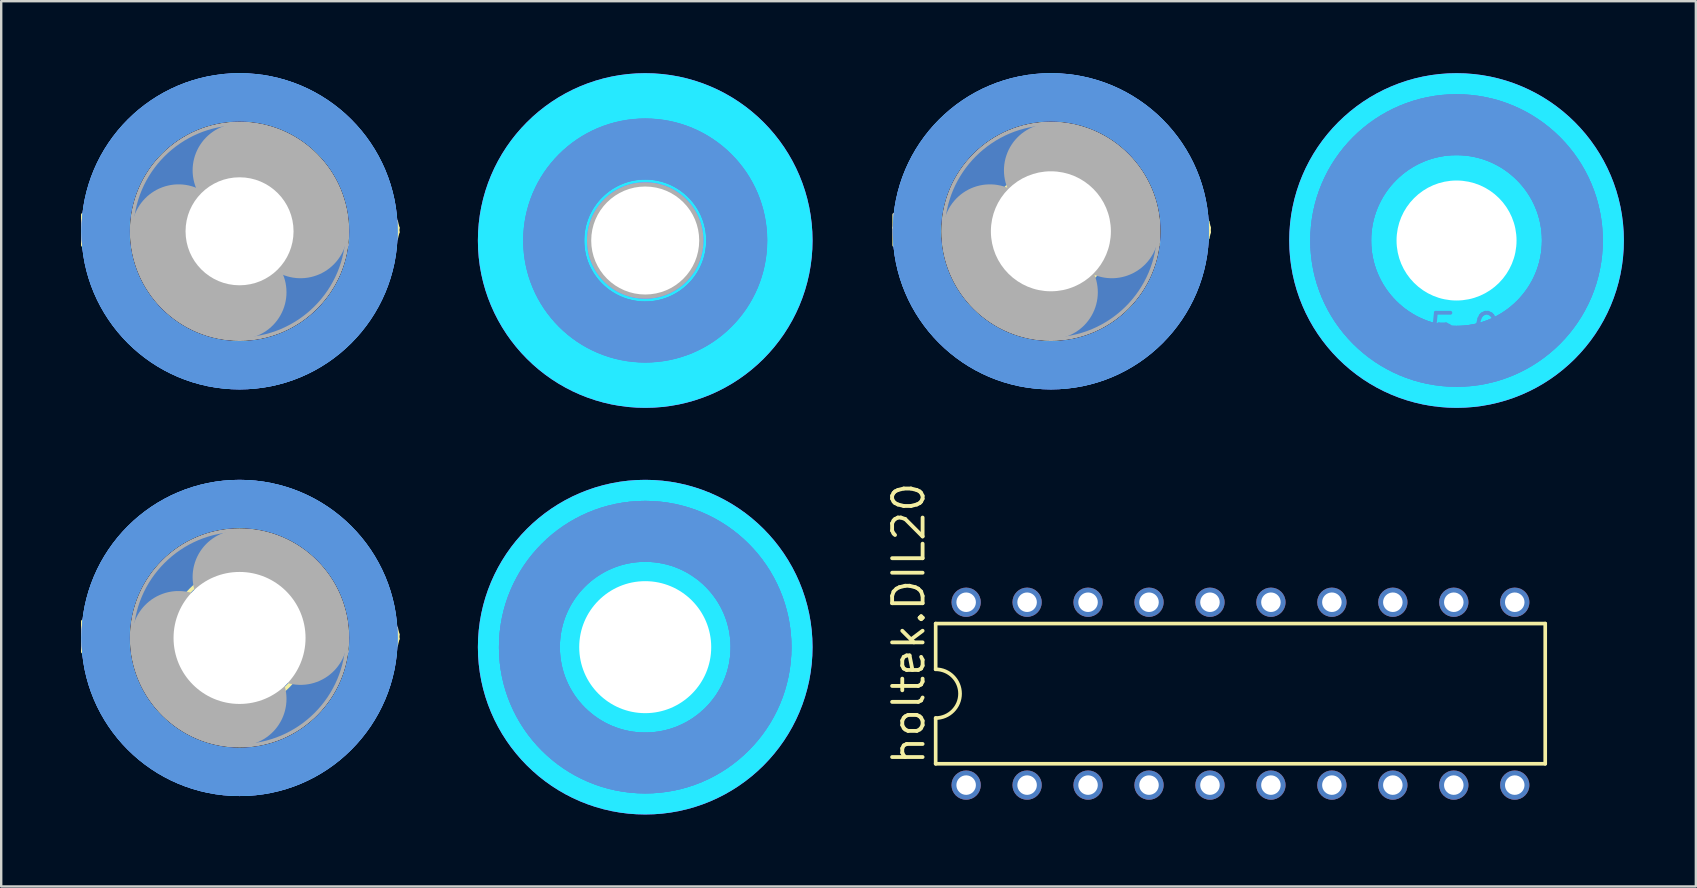
<source format=kicad_pcb>
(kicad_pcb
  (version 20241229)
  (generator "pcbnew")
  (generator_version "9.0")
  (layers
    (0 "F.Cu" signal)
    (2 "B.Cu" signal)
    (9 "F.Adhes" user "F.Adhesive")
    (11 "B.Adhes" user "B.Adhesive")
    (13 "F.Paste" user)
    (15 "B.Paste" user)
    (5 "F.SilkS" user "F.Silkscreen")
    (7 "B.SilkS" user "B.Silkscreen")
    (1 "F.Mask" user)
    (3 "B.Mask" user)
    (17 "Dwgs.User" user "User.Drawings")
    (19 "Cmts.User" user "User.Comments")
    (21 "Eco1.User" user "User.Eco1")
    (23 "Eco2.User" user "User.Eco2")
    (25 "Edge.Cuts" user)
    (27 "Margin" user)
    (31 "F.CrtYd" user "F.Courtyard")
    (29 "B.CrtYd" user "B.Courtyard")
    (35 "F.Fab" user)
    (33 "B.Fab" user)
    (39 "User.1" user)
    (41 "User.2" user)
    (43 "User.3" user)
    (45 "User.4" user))
  (footprint "holes.5_5"
    (layer "F.Cu")
    (at 23.836 23.917)
    (property "Reference" "holes.5_5" (at 0 0 0) (layer "F.SilkS") (effects (font (size 1.27 1.27) (thickness 0.15))))
    (fp_line (start -2.159 0) (end -4.445 0) (stroke (width 0.051) (type default)) (layer "F.SilkS"))
    (fp_line (start 0 -4.445) (end 0 -2.159) (stroke (width 0.051) (type default)) (layer "F.SilkS"))
    (fp_line (start 0 2.159) (end 0 4.445) (stroke (width 0.051) (type default)) (layer "F.SilkS"))
    (fp_line (start 4.445 0) (end 2.159 0) (stroke (width 0.051) (type default)) (layer "F.SilkS"))
    (fp_circle (center 0 0) (end 2.85 0) (stroke (width 0.152) (type default)) (fill no) (layer "F.SilkS"))
    (fp_circle (center 0 0) (end 4.496 0) (stroke (width 0.152) (type default)) (fill no) (layer "F.SilkS"))
    (fp_circle (center 0 0) (end 4.826 0) (stroke (width 2.54) (type default)) (fill no) (layer "Cmts.User"))
    (fp_circle (center 0 0) (end 4.826 0) (stroke (width 2.54) (type default)) (fill no) (layer "Cmts.User"))
    (fp_circle (center 0 0) (end 4.826 0) (stroke (width 2.54) (type default)) (fill no) (layer "Cmts.User"))
    (fp_circle (center 0 0) (end 4.699 0) (stroke (width 4.547) (type default)) (fill no) (layer "B.CrtYd"))
    (fp_circle (center 0 0) (end 4.699 0) (stroke (width 4.547) (type default)) (fill no) (layer "F.CrtYd"))
    (fp_arc (start 0 -2.54) (mid 1.796051 -1.796051) (end 2.54 0) (stroke (width 3.9116) (type default)) (layer "F.Fab"))
    (fp_arc (start 0 2.54) (mid -1.796051 1.796051) (end -2.54 0) (stroke (width 3.9116) (type default)) (layer "F.Fab"))
    (fp_circle (center 0 0) (end 0.762 0) (stroke (width 0.457) (type default)) (fill no) (layer "F.Fab"))
    (pad "" np_thru_hole circle (at 0 0) (size 5.5 5.5) (drill 5.5) (layers "*.Cu" "*.Mask")))
  (footprint "holes.4_5_PAD"
    (layer "F.Cu")
    (at 6.932 6.588)
    (property "Reference" "holes.4_5_PAD" (at 0 0 0) (layer "F.SilkS") (effects (font (size 1.27 1.27) (thickness 0.15))))
    (attr through_hole)
    (fp_circle (center 0 0) (end 2.35 0) (stroke (width 0.152) (type default)) (fill no) (layer "F.SilkS"))
    (fp_circle (center 0 0) (end 5.588 0) (stroke (width 2) (type default)) (fill no) (layer "Cmts.User"))
    (fp_circle (center 0 0) (end 5.588 0) (stroke (width 2) (type default)) (fill no) (layer "B.CrtYd"))
    (fp_circle (center 0 0) (end 5.588 0) (stroke (width 2) (type default)) (fill no) (layer "F.CrtYd"))
    (fp_arc (start 0 -2.54) (mid 1.796051 -1.796051) (end 2.54 0) (stroke (width 3.9116) (type default)) (layer "F.Fab"))
    (fp_arc (start 0 2.54) (mid -1.796051 1.796051) (end -2.54 0) (stroke (width 3.9116) (type default)) (layer "F.Fab"))
    (fp_circle (center 0 0) (end 0.762 0) (stroke (width 0.457) (type default)) (fill no) (layer "F.Fab"))
    (fp_circle (center 0 0) (end 4.496 0) (stroke (width 0.152) (type default)) (fill no) (layer "F.Fab"))
    (pad "B4,5" thru_hole circle (at 0 0) (size 9 9) (drill 4.5) (layers "*.Cu" "*.Mask")))
  (footprint "holes.5_0_PAD"
    (layer "F.Cu")
    (at 40.74 6.588)
    (property "Reference" "holes.5_0_PAD" (at 0 0 0) (layer "F.SilkS") (effects (font (size 1.27 1.27) (thickness 0.15))))
    (attr through_hole)
    (fp_circle (center 0 0) (end 2.6 0) (stroke (width 0.152) (type default)) (fill no) (layer "F.SilkS"))
    (fp_circle (center 0 0) (end 5.588 0) (stroke (width 2) (type default)) (fill no) (layer "Cmts.User"))
    (fp_circle (center 0 0) (end 5.588 0) (stroke (width 2) (type default)) (fill no) (layer "B.CrtYd"))
    (fp_circle (center 0 0) (end 5.588 0) (stroke (width 2) (type default)) (fill no) (layer "F.CrtYd"))
    (fp_arc (start 0 -2.54) (mid 1.796051 -1.796051) (end 2.54 0) (stroke (width 3.9116) (type default)) (layer "F.Fab"))
    (fp_arc (start 0 2.54) (mid -1.796051 1.796051) (end -2.54 0) (stroke (width 3.9116) (type default)) (layer "F.Fab"))
    (fp_circle (center 0 0) (end 0.762 0) (stroke (width 0.457) (type default)) (fill no) (layer "F.Fab"))
    (fp_circle (center 0 0) (end 4.496 0) (stroke (width 0.152) (type default)) (fill no) (layer "F.Fab"))
    (pad "B5" thru_hole circle (at 0 0) (size 9 9) (drill 5) (layers "*.Cu" "*.Mask")))
  (footprint "holes.5_0"
    (layer "F.Cu")
    (at 57.644 6.972)
    (property "Reference" "holes.5_0" (at 0 0 0) (layer "F.SilkS") (effects (font (size 1.27 1.27) (thickness 0.15))))
    (fp_line (start -2.159 0) (end -4.445 0) (stroke (width 0.051) (type default)) (layer "F.SilkS"))
    (fp_line (start 0 -4.445) (end 0 -2.159) (stroke (width 0.051) (type default)) (layer "F.SilkS"))
    (fp_line (start 0 2.159) (end 0 4.445) (stroke (width 0.051) (type default)) (layer "F.SilkS"))
    (fp_line (start 4.445 0) (end 2.159 0) (stroke (width 0.051) (type default)) (layer "F.SilkS"))
    (fp_circle (center 0 0) (end 2.6 0) (stroke (width 0.152) (type default)) (fill no) (layer "F.SilkS"))
    (fp_circle (center 0 0) (end 4.496 0) (stroke (width 0.152) (type default)) (fill no) (layer "F.SilkS"))
    (fp_circle (center 0 0) (end 4.826 0) (stroke (width 2.54) (type default)) (fill no) (layer "Cmts.User"))
    (fp_circle (center 0 0) (end 4.826 0) (stroke (width 2.54) (type default)) (fill no) (layer "Cmts.User"))
    (fp_circle (center 0 0) (end 4.826 0) (stroke (width 2.54) (type default)) (fill no) (layer "Cmts.User"))
    (fp_circle (center 0 0) (end 4.699 0) (stroke (width 4.547) (type default)) (fill no) (layer "B.CrtYd"))
    (fp_circle (center 0 0) (end 4.699 0) (stroke (width 4.547) (type default)) (fill no) (layer "F.CrtYd"))
    (fp_arc (start 0 -2.54) (mid 1.796051 -1.796051) (end 2.54 0) (stroke (width 3.9116) (type default)) (layer "F.Fab"))
    (fp_arc (start 0 2.54) (mid -1.796051 1.796051) (end -2.54 0) (stroke (width 3.9116) (type default)) (layer "F.Fab"))
    (fp_circle (center 0 0) (end 0.762 0) (stroke (width 0.457) (type default)) (fill no) (layer "F.Fab"))
    (fp_text user "5,0" (at -1.27 4.445 0) (layer "Cmts.User") (effects (font (size 1.27 1.27) (thickness 0.16)) (justify left bottom)))
    (pad "" np_thru_hole circle (at 0 0) (size 5 5) (drill 5) (layers "*.Cu" "*.Mask")))
  (footprint "holes.5_5_PAD"
    (layer "F.Cu")
    (at 6.932 23.533)
    (property "Reference" "holes.5_5_PAD" (at 0 0 0) (layer "F.SilkS") (effects (font (size 1.27 1.27) (thickness 0.15))))
    (attr through_hole)
    (fp_circle (center 0 0) (end 2.85 0) (stroke (width 0.152) (type default)) (fill no) (layer "F.SilkS"))
    (fp_circle (center 0 0) (end 5.588 0) (stroke (width 2) (type default)) (fill no) (layer "Cmts.User"))
    (fp_circle (center 0 0) (end 5.588 0) (stroke (width 2) (type default)) (fill no) (layer "B.CrtYd"))
    (fp_circle (center 0 0) (end 5.588 0) (stroke (width 2) (type default)) (fill no) (layer "F.CrtYd"))
    (fp_arc (start 0 -2.54) (mid 1.796051 -1.796051) (end 2.54 0) (stroke (width 3.9116) (type default)) (layer "F.Fab"))
    (fp_arc (start 0 2.54) (mid -1.796051 1.796051) (end -2.54 0) (stroke (width 3.9116) (type default)) (layer "F.Fab"))
    (fp_circle (center 0 0) (end 0.762 0) (stroke (width 0.457) (type default)) (fill no) (layer "F.Fab"))
    (fp_circle (center 0 0) (end 4.496 0) (stroke (width 0.152) (type default)) (fill no) (layer "F.Fab"))
    (pad "B5,5" thru_hole circle (at 0 0) (size 9 9) (drill 5.5) (layers "*.Cu" "*.Mask")))
  (footprint "holes.4_5"
    (layer "F.Cu")
    (at 23.836 6.972)
    (property "Reference" "holes.4_5" (at 0 0 0) (layer "F.SilkS") (effects (font (size 1.27 1.27) (thickness 0.15))))
    (fp_line (start -2.159 0) (end -4.445 0) (stroke (width 0.051) (type default)) (layer "F.SilkS"))
    (fp_line (start 0 -4.445) (end 0 -2.159) (stroke (width 0.051) (type default)) (layer "F.SilkS"))
    (fp_line (start 0 2.159) (end 0 4.445) (stroke (width 0.051) (type default)) (layer "F.SilkS"))
    (fp_line (start 4.445 0) (end 2.159 0) (stroke (width 0.051) (type default)) (layer "F.SilkS"))
    (fp_circle (center 0 0) (end 2.35 0) (stroke (width 0.152) (type default)) (fill no) (layer "F.SilkS"))
    (fp_circle (center 0 0) (end 4.496 0) (stroke (width 0.152) (type default)) (fill no) (layer "F.SilkS"))
    (fp_circle (center 0 0) (end 3.81 0) (stroke (width 2.54) (type default)) (fill no) (layer "Cmts.User"))
    (fp_circle (center 0 0) (end 3.81 0) (stroke (width 2.54) (type default)) (fill no) (layer "Cmts.User"))
    (fp_circle (center 0 0) (end 3.818 0) (stroke (width 2.54) (type default)) (fill no) (layer "Cmts.User"))
    (fp_circle (center 0 0) (end 4.699 0) (stroke (width 4.547) (type default)) (fill no) (layer "B.CrtYd"))
    (fp_circle (center 0 0) (end 4.699 0) (stroke (width 4.547) (type default)) (fill no) (layer "F.CrtYd"))
    (fp_arc (start 0 -2.54) (mid 1.796051 -1.796051) (end 2.54 0) (stroke (width 3.9116) (type default)) (layer "F.Fab"))
    (fp_arc (start 0 2.54) (mid -1.796051 1.796051) (end -2.54 0) (stroke (width 3.9116) (type default)) (layer "F.Fab"))
    (fp_circle (center 0 0) (end 0.762 0) (stroke (width 0.457) (type default)) (fill no) (layer "F.Fab"))
    (fp_text user "4,5" (at -1.27 4.445 0) (layer "Cmts.User") (effects (font (size 1.27 1.27) (thickness 0.16)) (justify left bottom)))
    (pad "" np_thru_hole circle (at 0 0) (size 4.5 4.5) (drill 4.5) (layers "*.Cu" "*.Mask")))
  (footprint "holtek.DIL20"
    (layer "F.Cu")
    (at 48.639 25.855)
    (property "Reference" "holtek.DIL20" (at -13.081 3.048 90) (layer "F.SilkS") (effects (font (size 1.27 1.27) (thickness 0.16)) (justify left bottom)))
    (attr through_hole)
    (fp_line (start -12.7 -2.921) (end -12.7 -1.016) (stroke (width 0.152) (type default)) (layer "F.SilkS"))
    (fp_line (start -12.7 2.921) (end -12.7 1.016) (stroke (width 0.152) (type default)) (layer "F.SilkS"))
    (fp_line (start -12.7 2.921) (end 12.7 2.921) (stroke (width 0.152) (type default)) (layer "F.SilkS"))
    (fp_line (start 12.7 -2.921) (end -12.7 -2.921) (stroke (width 0.152) (type default)) (layer "F.SilkS"))
    (fp_line (start 12.7 -2.921) (end 12.7 2.921) (stroke (width 0.152) (type default)) (layer "F.SilkS"))
    (fp_arc (start -12.7 -1.016) (mid -11.684 0) (end -12.7 1.016) (stroke (width 0.1524) (type default)) (layer "F.SilkS"))
    (pad "1" thru_hole circle (at -11.43 3.81 90) (size 1.219 1.219) (drill 0.813) (layers "*.Cu" "*.Mask"))
    (pad "2" thru_hole circle (at -8.89 3.81 90) (size 1.219 1.219) (drill 0.813) (layers "*.Cu" "*.Mask"))
    (pad "3" thru_hole circle (at -6.35 3.81 90) (size 1.219 1.219) (drill 0.813) (layers "*.Cu" "*.Mask"))
    (pad "4" thru_hole circle (at -3.81 3.81 90) (size 1.219 1.219) (drill 0.813) (layers "*.Cu" "*.Mask"))
    (pad "5" thru_hole circle (at -1.27 3.81 90) (size 1.219 1.219) (drill 0.813) (layers "*.Cu" "*.Mask"))
    (pad "6" thru_hole circle (at 1.27 3.81 90) (size 1.219 1.219) (drill 0.813) (layers "*.Cu" "*.Mask"))
    (pad "7" thru_hole circle (at 3.81 3.81 90) (size 1.219 1.219) (drill 0.813) (layers "*.Cu" "*.Mask"))
    (pad "8" thru_hole circle (at 6.35 3.81 90) (size 1.219 1.219) (drill 0.813) (layers "*.Cu" "*.Mask"))
    (pad "9" thru_hole circle (at 8.89 3.81 90) (size 1.219 1.219) (drill 0.813) (layers "*.Cu" "*.Mask"))
    (pad "10" thru_hole circle (at 11.43 3.81 90) (size 1.219 1.219) (drill 0.813) (layers "*.Cu" "*.Mask"))
    (pad "11" thru_hole circle (at 11.43 -3.81 90) (size 1.219 1.219) (drill 0.813) (layers "*.Cu" "*.Mask"))
    (pad "12" thru_hole circle (at 8.89 -3.81 90) (size 1.219 1.219) (drill 0.813) (layers "*.Cu" "*.Mask"))
    (pad "13" thru_hole circle (at 6.35 -3.81 90) (size 1.219 1.219) (drill 0.813) (layers "*.Cu" "*.Mask"))
    (pad "14" thru_hole circle (at 3.81 -3.81 90) (size 1.219 1.219) (drill 0.813) (layers "*.Cu" "*.Mask"))
    (pad "15" thru_hole circle (at 1.27 -3.81 90) (size 1.219 1.219) (drill 0.813) (layers "*.Cu" "*.Mask"))
    (pad "16" thru_hole circle (at -1.27 -3.81 90) (size 1.219 1.219) (drill 0.813) (layers "*.Cu" "*.Mask"))
    (pad "17" thru_hole circle (at -3.81 -3.81 90) (size 1.219 1.219) (drill 0.813) (layers "*.Cu" "*.Mask"))
    (pad "18" thru_hole circle (at -6.35 -3.81 90) (size 1.219 1.219) (drill 0.813) (layers "*.Cu" "*.Mask"))
    (pad "19" thru_hole circle (at -8.89 -3.81 90) (size 1.219 1.219) (drill 0.813) (layers "*.Cu" "*.Mask"))
    (pad "20" thru_hole circle (at -11.43 -3.81 90) (size 1.219 1.219) (drill 0.813) (layers "*.Cu" "*.Mask")))
  (gr_rect
    (start -3 -3)
    (end 67.616 33.889)
    (stroke (width 0.1) (type default))
    (fill no)
    (layer "Edge.Cuts")))
</source>
